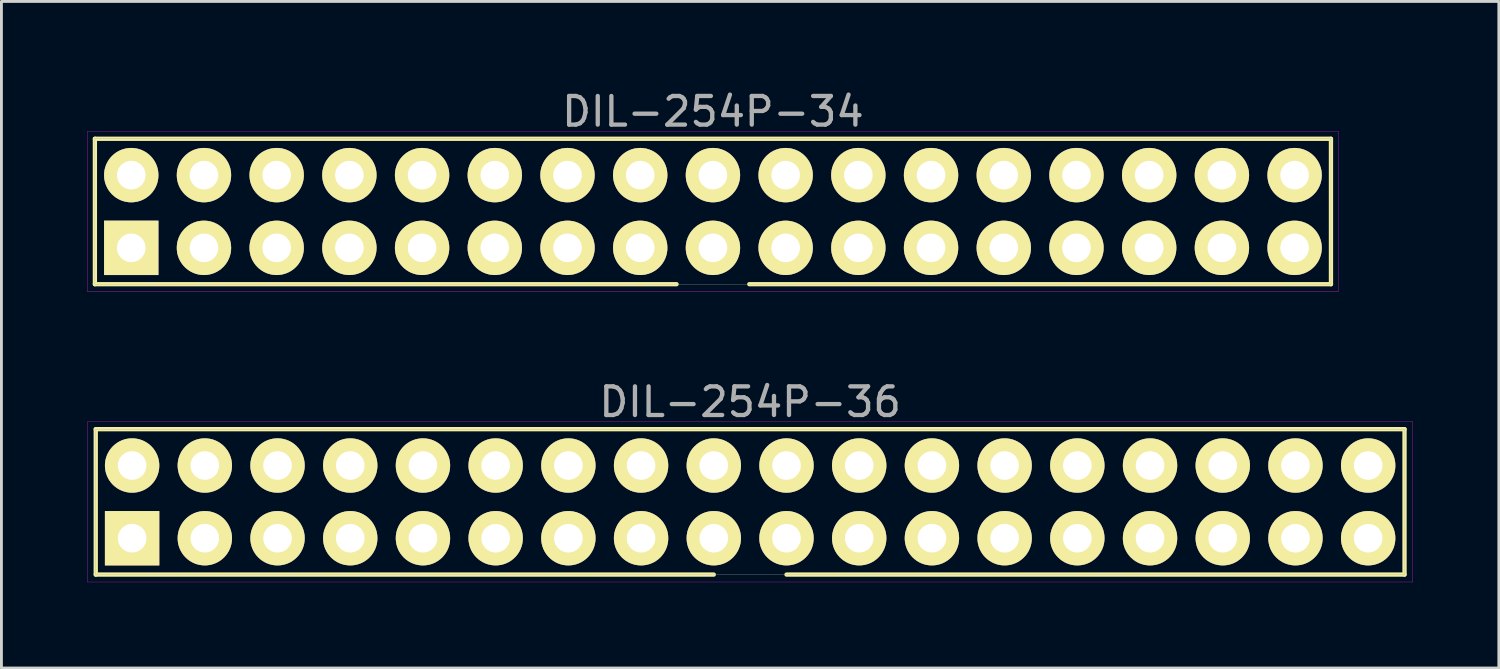
<source format=kicad_pcb>
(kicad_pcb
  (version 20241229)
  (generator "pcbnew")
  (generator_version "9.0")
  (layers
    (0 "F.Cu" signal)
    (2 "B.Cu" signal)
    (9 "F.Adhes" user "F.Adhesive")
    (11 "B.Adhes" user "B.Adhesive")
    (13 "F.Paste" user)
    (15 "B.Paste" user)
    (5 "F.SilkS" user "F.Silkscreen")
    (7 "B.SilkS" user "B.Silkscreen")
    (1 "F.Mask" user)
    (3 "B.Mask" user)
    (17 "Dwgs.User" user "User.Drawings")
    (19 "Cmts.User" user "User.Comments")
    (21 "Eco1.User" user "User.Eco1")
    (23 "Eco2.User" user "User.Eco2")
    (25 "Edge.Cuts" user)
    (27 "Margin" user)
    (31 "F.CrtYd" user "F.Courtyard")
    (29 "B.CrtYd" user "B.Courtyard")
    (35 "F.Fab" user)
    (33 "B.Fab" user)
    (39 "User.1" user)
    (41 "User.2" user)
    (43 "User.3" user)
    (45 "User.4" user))
  (footprint "DIL-254P-36"
    (layer "F.Cu")
    (at 23.155 14.482)
    (property "Reference" "DIL-254P-36" (at 0 -3.49 0) (layer "F.Fab") (effects (font (size 1 1) (thickness 0.15))))
    (attr through_hole)
    (fp_line (start -22.86 -2.54) (end 22.86 -2.54) (stroke (width 0.15) (type solid)) (layer "F.SilkS"))
    (fp_line (start -22.86 2.54) (end -22.86 -2.54) (stroke (width 0.15) (type solid)) (layer "F.SilkS"))
    (fp_line (start -1.27 2.54) (end -22.86 2.54) (stroke (width 0.15) (type solid)) (layer "F.SilkS"))
    (fp_line (start 22.86 -2.54) (end 22.86 2.54) (stroke (width 0.15) (type solid)) (layer "F.SilkS"))
    (fp_line (start 22.86 2.54) (end 1.27 2.54) (stroke (width 0.15) (type solid)) (layer "F.SilkS"))
    (fp_line (start -23.15 -2.8) (end 23.15 -2.8) (stroke (width 0.01) (type solid)) (layer "F.CrtYd"))
    (fp_line (start -23.15 2.8) (end -23.15 -2.8) (stroke (width 0.01) (type solid)) (layer "F.CrtYd"))
    (fp_line (start 23.15 -2.8) (end 23.15 2.8) (stroke (width 0.01) (type solid)) (layer "F.CrtYd"))
    (fp_line (start 23.15 2.8) (end -23.15 2.8) (stroke (width 0.01) (type solid)) (layer "F.CrtYd"))
    (fp_line (start -22.86 -2.54) (end 22.86 -2.54) (stroke (width 0.01) (type solid)) (layer "F.Fab"))
    (fp_line (start -22.86 2.54) (end -22.86 -2.54) (stroke (width 0.01) (type solid)) (layer "F.Fab"))
    (fp_line (start 22.86 -2.54) (end 22.86 2.54) (stroke (width 0.01) (type solid)) (layer "F.Fab"))
    (fp_line (start 22.86 2.54) (end -22.86 2.54) (stroke (width 0.01) (type solid)) (layer "F.Fab"))
    (pad "1" thru_hole rect (at -21.59 1.27) (size 1.9 1.9) (drill 1) (layers "*.Cu" "*.Mask" "F.SilkS"))
    (pad "2" thru_hole circle (at -21.59 -1.27) (size 1.9 1.9) (drill 1) (layers "*.Cu" "*.Mask" "F.SilkS"))
    (pad "3" thru_hole circle (at -19.05 1.27) (size 1.9 1.9) (drill 1) (layers "*.Cu" "*.Mask" "F.SilkS"))
    (pad "4" thru_hole circle (at -19.05 -1.27) (size 1.9 1.9) (drill 1) (layers "*.Cu" "*.Mask" "F.SilkS"))
    (pad "5" thru_hole circle (at -16.51 1.27) (size 1.9 1.9) (drill 1) (layers "*.Cu" "*.Mask" "F.SilkS"))
    (pad "6" thru_hole circle (at -16.51 -1.27) (size 1.9 1.9) (drill 1) (layers "*.Cu" "*.Mask" "F.SilkS"))
    (pad "7" thru_hole circle (at -13.97 1.27) (size 1.9 1.9) (drill 1) (layers "*.Cu" "*.Mask" "F.SilkS"))
    (pad "8" thru_hole circle (at -13.97 -1.27) (size 1.9 1.9) (drill 1) (layers "*.Cu" "*.Mask" "F.SilkS"))
    (pad "9" thru_hole circle (at -11.43 1.27) (size 1.9 1.9) (drill 1) (layers "*.Cu" "*.Mask" "F.SilkS"))
    (pad "10" thru_hole circle (at -11.43 -1.27) (size 1.9 1.9) (drill 1) (layers "*.Cu" "*.Mask" "F.SilkS"))
    (pad "11" thru_hole circle (at -8.89 1.27) (size 1.9 1.9) (drill 1) (layers "*.Cu" "*.Mask" "F.SilkS"))
    (pad "12" thru_hole circle (at -8.89 -1.27) (size 1.9 1.9) (drill 1) (layers "*.Cu" "*.Mask" "F.SilkS"))
    (pad "13" thru_hole circle (at -6.35 1.27) (size 1.9 1.9) (drill 1) (layers "*.Cu" "*.Mask" "F.SilkS"))
    (pad "14" thru_hole circle (at -6.35 -1.27) (size 1.9 1.9) (drill 1) (layers "*.Cu" "*.Mask" "F.SilkS"))
    (pad "15" thru_hole circle (at -3.81 1.27) (size 1.9 1.9) (drill 1) (layers "*.Cu" "*.Mask" "F.SilkS"))
    (pad "16" thru_hole circle (at -3.81 -1.27) (size 1.9 1.9) (drill 1) (layers "*.Cu" "*.Mask" "F.SilkS"))
    (pad "17" thru_hole circle (at -1.27 1.27) (size 1.9 1.9) (drill 1) (layers "*.Cu" "*.Mask" "F.SilkS"))
    (pad "18" thru_hole circle (at -1.27 -1.27) (size 1.9 1.9) (drill 1) (layers "*.Cu" "*.Mask" "F.SilkS"))
    (pad "19" thru_hole circle (at 1.27 1.27) (size 1.9 1.9) (drill 1) (layers "*.Cu" "*.Mask" "F.SilkS"))
    (pad "20" thru_hole circle (at 1.27 -1.27) (size 1.9 1.9) (drill 1) (layers "*.Cu" "*.Mask" "F.SilkS"))
    (pad "21" thru_hole circle (at 3.81 1.27) (size 1.9 1.9) (drill 1) (layers "*.Cu" "*.Mask" "F.SilkS"))
    (pad "22" thru_hole circle (at 3.81 -1.27) (size 1.9 1.9) (drill 1) (layers "*.Cu" "*.Mask" "F.SilkS"))
    (pad "23" thru_hole circle (at 6.35 1.27) (size 1.9 1.9) (drill 1) (layers "*.Cu" "*.Mask" "F.SilkS"))
    (pad "24" thru_hole circle (at 6.35 -1.27) (size 1.9 1.9) (drill 1) (layers "*.Cu" "*.Mask" "F.SilkS"))
    (pad "25" thru_hole circle (at 8.89 1.27) (size 1.9 1.9) (drill 1) (layers "*.Cu" "*.Mask" "F.SilkS"))
    (pad "26" thru_hole circle (at 8.89 -1.27) (size 1.9 1.9) (drill 1) (layers "*.Cu" "*.Mask" "F.SilkS"))
    (pad "27" thru_hole circle (at 11.43 1.27) (size 1.9 1.9) (drill 1) (layers "*.Cu" "*.Mask" "F.SilkS"))
    (pad "28" thru_hole circle (at 11.43 -1.27) (size 1.9 1.9) (drill 1) (layers "*.Cu" "*.Mask" "F.SilkS"))
    (pad "29" thru_hole circle (at 13.97 1.27) (size 1.9 1.9) (drill 1) (layers "*.Cu" "*.Mask" "F.SilkS"))
    (pad "30" thru_hole circle (at 13.97 -1.27) (size 1.9 1.9) (drill 1) (layers "*.Cu" "*.Mask" "F.SilkS"))
    (pad "31" thru_hole circle (at 16.51 1.27) (size 1.9 1.9) (drill 1) (layers "*.Cu" "*.Mask" "F.SilkS"))
    (pad "32" thru_hole circle (at 16.51 -1.27) (size 1.9 1.9) (drill 1) (layers "*.Cu" "*.Mask" "F.SilkS"))
    (pad "33" thru_hole circle (at 19.05 1.27) (size 1.9 1.9) (drill 1) (layers "*.Cu" "*.Mask" "F.SilkS"))
    (pad "34" thru_hole circle (at 19.05 -1.27) (size 1.9 1.9) (drill 1) (layers "*.Cu" "*.Mask" "F.SilkS"))
    (pad "35" thru_hole circle (at 21.59 1.27) (size 1.9 1.9) (drill 1) (layers "*.Cu" "*.Mask" "F.SilkS"))
    (pad "36" thru_hole circle (at 21.59 -1.27) (size 1.9 1.9) (drill 1) (layers "*.Cu" "*.Mask" "F.SilkS")))
  (footprint "DIL-254P-34"
    (layer "F.Cu")
    (at 21.855 4.338)
    (property "Reference" "DIL-254P-34" (at 0 -3.49 0) (layer "F.Fab") (effects (font (size 1 1) (thickness 0.15))))
    (attr through_hole)
    (fp_line (start -21.59 -2.54) (end 21.59 -2.54) (stroke (width 0.15) (type solid)) (layer "F.SilkS"))
    (fp_line (start -21.59 2.54) (end -21.59 -2.54) (stroke (width 0.15) (type solid)) (layer "F.SilkS"))
    (fp_line (start -1.27 2.54) (end -21.59 2.54) (stroke (width 0.15) (type solid)) (layer "F.SilkS"))
    (fp_line (start 21.59 -2.54) (end 21.59 2.54) (stroke (width 0.15) (type solid)) (layer "F.SilkS"))
    (fp_line (start 21.59 2.54) (end 1.27 2.54) (stroke (width 0.15) (type solid)) (layer "F.SilkS"))
    (fp_line (start -21.85 -2.8) (end 21.85 -2.8) (stroke (width 0.01) (type solid)) (layer "F.CrtYd"))
    (fp_line (start -21.85 2.8) (end -21.85 -2.8) (stroke (width 0.01) (type solid)) (layer "F.CrtYd"))
    (fp_line (start 21.85 -2.8) (end 21.85 2.8) (stroke (width 0.01) (type solid)) (layer "F.CrtYd"))
    (fp_line (start 21.85 2.8) (end -21.85 2.8) (stroke (width 0.01) (type solid)) (layer "F.CrtYd"))
    (fp_line (start -21.59 -2.54) (end 21.59 -2.54) (stroke (width 0.01) (type solid)) (layer "F.Fab"))
    (fp_line (start -21.59 2.54) (end -21.59 -2.54) (stroke (width 0.01) (type solid)) (layer "F.Fab"))
    (fp_line (start 21.59 -2.54) (end 21.59 2.54) (stroke (width 0.01) (type solid)) (layer "F.Fab"))
    (fp_line (start 21.59 2.54) (end -21.59 2.54) (stroke (width 0.01) (type solid)) (layer "F.Fab"))
    (pad "1" thru_hole rect (at -20.32 1.27) (size 1.9 1.9) (drill 1) (layers "*.Cu" "*.Mask" "F.SilkS"))
    (pad "2" thru_hole circle (at -20.32 -1.27) (size 1.9 1.9) (drill 1) (layers "*.Cu" "*.Mask" "F.SilkS"))
    (pad "3" thru_hole circle (at -17.78 1.27) (size 1.9 1.9) (drill 1) (layers "*.Cu" "*.Mask" "F.SilkS"))
    (pad "4" thru_hole circle (at -17.78 -1.27) (size 1.9 1.9) (drill 1) (layers "*.Cu" "*.Mask" "F.SilkS"))
    (pad "5" thru_hole circle (at -15.24 1.27) (size 1.9 1.9) (drill 1) (layers "*.Cu" "*.Mask" "F.SilkS"))
    (pad "6" thru_hole circle (at -15.24 -1.27) (size 1.9 1.9) (drill 1) (layers "*.Cu" "*.Mask" "F.SilkS"))
    (pad "7" thru_hole circle (at -12.7 1.27) (size 1.9 1.9) (drill 1) (layers "*.Cu" "*.Mask" "F.SilkS"))
    (pad "8" thru_hole circle (at -12.7 -1.27) (size 1.9 1.9) (drill 1) (layers "*.Cu" "*.Mask" "F.SilkS"))
    (pad "9" thru_hole circle (at -10.16 1.27) (size 1.9 1.9) (drill 1) (layers "*.Cu" "*.Mask" "F.SilkS"))
    (pad "10" thru_hole circle (at -10.16 -1.27) (size 1.9 1.9) (drill 1) (layers "*.Cu" "*.Mask" "F.SilkS"))
    (pad "11" thru_hole circle (at -7.62 1.27) (size 1.9 1.9) (drill 1) (layers "*.Cu" "*.Mask" "F.SilkS"))
    (pad "12" thru_hole circle (at -7.62 -1.27) (size 1.9 1.9) (drill 1) (layers "*.Cu" "*.Mask" "F.SilkS"))
    (pad "13" thru_hole circle (at -5.08 1.27) (size 1.9 1.9) (drill 1) (layers "*.Cu" "*.Mask" "F.SilkS"))
    (pad "14" thru_hole circle (at -5.08 -1.27) (size 1.9 1.9) (drill 1) (layers "*.Cu" "*.Mask" "F.SilkS"))
    (pad "15" thru_hole circle (at -2.54 1.27) (size 1.9 1.9) (drill 1) (layers "*.Cu" "*.Mask" "F.SilkS"))
    (pad "16" thru_hole circle (at -2.54 -1.27) (size 1.9 1.9) (drill 1) (layers "*.Cu" "*.Mask" "F.SilkS"))
    (pad "17" thru_hole circle (at 0 1.27) (size 1.9 1.9) (drill 1) (layers "*.Cu" "*.Mask" "F.SilkS"))
    (pad "18" thru_hole circle (at 0 -1.27) (size 1.9 1.9) (drill 1) (layers "*.Cu" "*.Mask" "F.SilkS"))
    (pad "19" thru_hole circle (at 2.54 1.27) (size 1.9 1.9) (drill 1) (layers "*.Cu" "*.Mask" "F.SilkS"))
    (pad "20" thru_hole circle (at 2.54 -1.27) (size 1.9 1.9) (drill 1) (layers "*.Cu" "*.Mask" "F.SilkS"))
    (pad "21" thru_hole circle (at 5.08 1.27) (size 1.9 1.9) (drill 1) (layers "*.Cu" "*.Mask" "F.SilkS"))
    (pad "22" thru_hole circle (at 5.08 -1.27) (size 1.9 1.9) (drill 1) (layers "*.Cu" "*.Mask" "F.SilkS"))
    (pad "23" thru_hole circle (at 7.62 1.27) (size 1.9 1.9) (drill 1) (layers "*.Cu" "*.Mask" "F.SilkS"))
    (pad "24" thru_hole circle (at 7.62 -1.27) (size 1.9 1.9) (drill 1) (layers "*.Cu" "*.Mask" "F.SilkS"))
    (pad "25" thru_hole circle (at 10.16 1.27) (size 1.9 1.9) (drill 1) (layers "*.Cu" "*.Mask" "F.SilkS"))
    (pad "26" thru_hole circle (at 10.16 -1.27) (size 1.9 1.9) (drill 1) (layers "*.Cu" "*.Mask" "F.SilkS"))
    (pad "27" thru_hole circle (at 12.7 1.27) (size 1.9 1.9) (drill 1) (layers "*.Cu" "*.Mask" "F.SilkS"))
    (pad "28" thru_hole circle (at 12.7 -1.27) (size 1.9 1.9) (drill 1) (layers "*.Cu" "*.Mask" "F.SilkS"))
    (pad "29" thru_hole circle (at 15.24 1.27) (size 1.9 1.9) (drill 1) (layers "*.Cu" "*.Mask" "F.SilkS"))
    (pad "30" thru_hole circle (at 15.24 -1.27) (size 1.9 1.9) (drill 1) (layers "*.Cu" "*.Mask" "F.SilkS"))
    (pad "31" thru_hole circle (at 17.78 1.27) (size 1.9 1.9) (drill 1) (layers "*.Cu" "*.Mask" "F.SilkS"))
    (pad "32" thru_hole circle (at 17.78 -1.27) (size 1.9 1.9) (drill 1) (layers "*.Cu" "*.Mask" "F.SilkS"))
    (pad "33" thru_hole circle (at 20.32 1.27) (size 1.9 1.9) (drill 1) (layers "*.Cu" "*.Mask" "F.SilkS"))
    (pad "34" thru_hole circle (at 20.32 -1.27) (size 1.9 1.9) (drill 1) (layers "*.Cu" "*.Mask" "F.SilkS")))
  (gr_rect
    (start -3 -3)
    (end 49.31 20.287)
    (stroke (width 0.1) (type default))
    (fill no)
    (layer "Edge.Cuts")))
</source>
